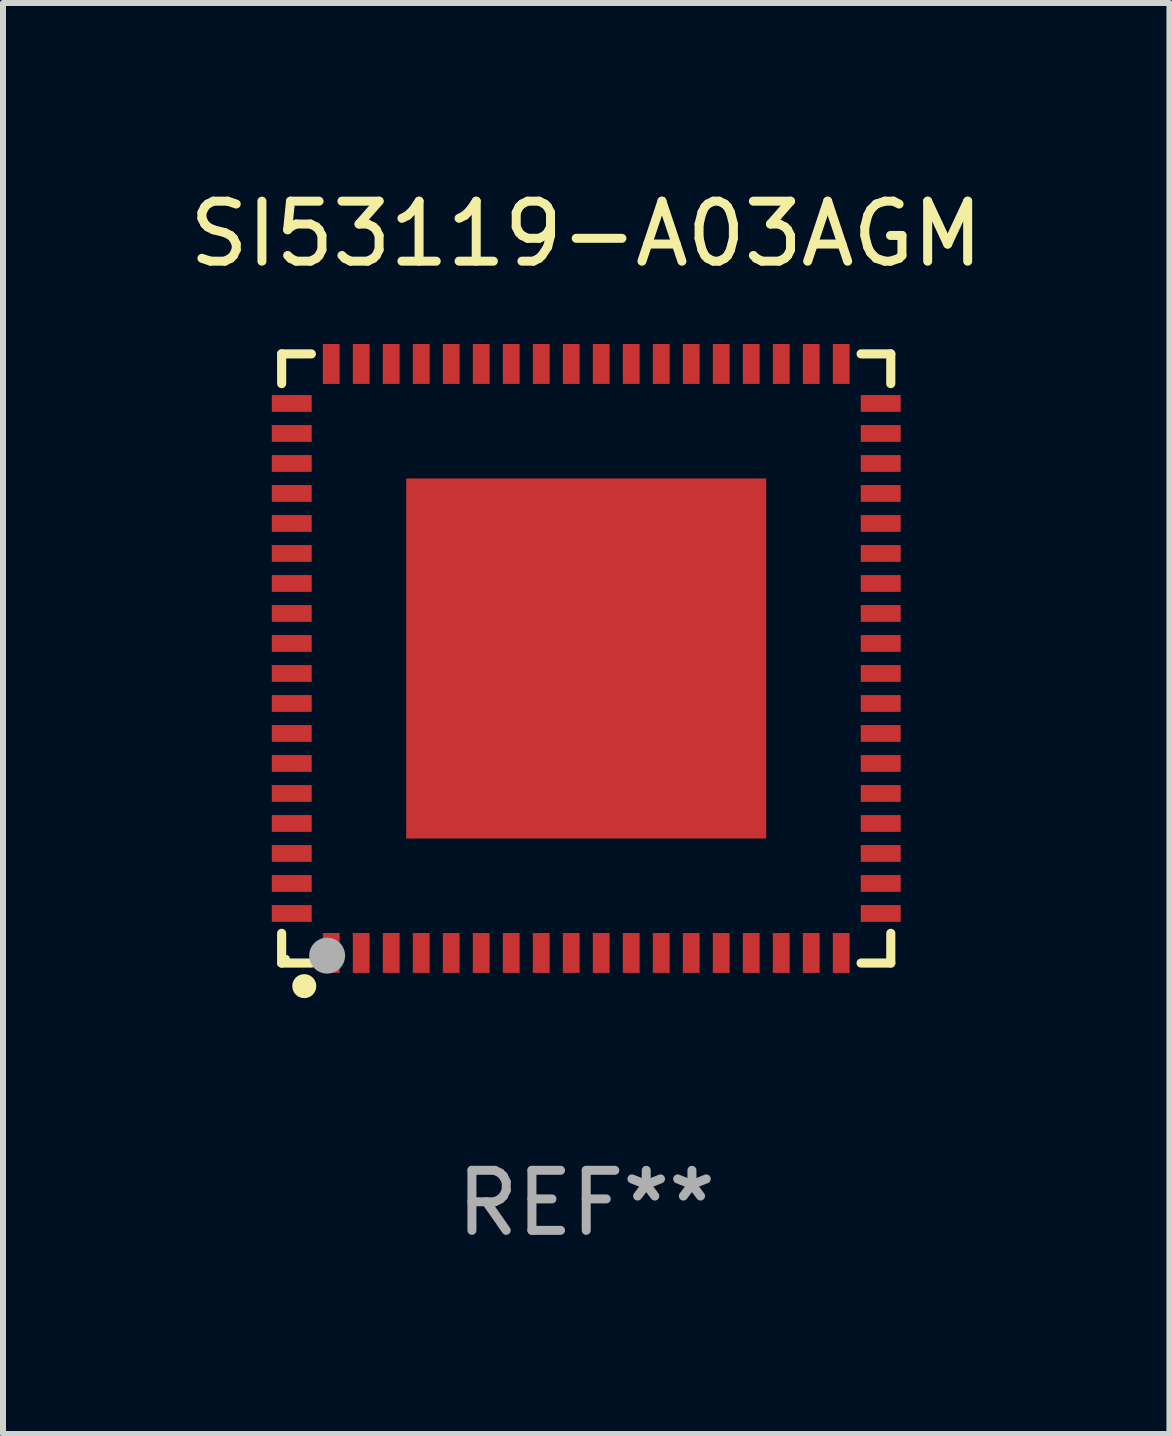
<source format=kicad_pcb>
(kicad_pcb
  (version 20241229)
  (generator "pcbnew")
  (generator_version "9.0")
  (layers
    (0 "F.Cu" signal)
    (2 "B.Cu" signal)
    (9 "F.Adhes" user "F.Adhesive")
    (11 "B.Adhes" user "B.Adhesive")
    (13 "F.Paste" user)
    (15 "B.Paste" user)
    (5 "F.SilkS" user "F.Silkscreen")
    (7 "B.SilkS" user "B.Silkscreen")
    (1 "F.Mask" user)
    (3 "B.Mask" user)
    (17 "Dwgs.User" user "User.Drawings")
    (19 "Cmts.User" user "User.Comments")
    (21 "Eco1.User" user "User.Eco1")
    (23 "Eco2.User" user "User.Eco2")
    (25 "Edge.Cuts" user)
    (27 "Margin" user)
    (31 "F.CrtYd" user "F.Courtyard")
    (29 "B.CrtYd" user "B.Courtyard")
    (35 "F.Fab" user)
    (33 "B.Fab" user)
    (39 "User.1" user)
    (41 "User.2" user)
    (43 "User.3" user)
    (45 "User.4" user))
  (footprint "SI53119-A03AGM"
    (layer "F.Cu")
    (at 6.72 7.924)
    (property "Reference" "SI53119-A03AGM" (at 0 -7.076 0) (layer "F.SilkS") (effects (font (size 1 1) (thickness 0.15))))
    (attr through_hole)
    (fp_line (start -5.076 -5.076) (end -4.581 -5.076) (stroke (width 0.152) (type solid)) (layer "F.SilkS"))
    (fp_line (start -5.076 -4.581) (end -5.076 -5.076) (stroke (width 0.152) (type solid)) (layer "F.SilkS"))
    (fp_line (start -5.076 4.581) (end -5.076 5.076) (stroke (width 0.152) (type solid)) (layer "F.SilkS"))
    (fp_line (start -5.076 5.076) (end -4.581 5.076) (stroke (width 0.152) (type solid)) (layer "F.SilkS"))
    (fp_line (start 5.076 -5.076) (end 4.581 -5.076) (stroke (width 0.152) (type solid)) (layer "F.SilkS"))
    (fp_line (start 5.076 -4.581) (end 5.076 -5.076) (stroke (width 0.152) (type solid)) (layer "F.SilkS"))
    (fp_line (start 5.076 4.581) (end 5.076 5.076) (stroke (width 0.152) (type solid)) (layer "F.SilkS"))
    (fp_line (start 5.076 5.076) (end 4.581 5.076) (stroke (width 0.152) (type solid)) (layer "F.SilkS"))
    (fp_circle (center -5 5) (end -4.97 5) (stroke (width 0.06) (type solid)) (fill no) (layer "F.SilkS"))
    (fp_circle (center -4.699 5.461) (end -4.599 5.461) (stroke (width 0.2) (type solid)) (fill no) (layer "F.SilkS"))
    (fp_circle (center -4.318 4.953) (end -4.168 4.953) (stroke (width 0.3) (type solid)) (fill no) (layer "F.Fab"))
    (fp_text user "REF**" (at 0 9.076 0) (layer "F.Fab") (effects (font (size 1 1) (thickness 0.15))))
    (pad "1" smd rect (at -4.25 4.908) (size 0.28 0.665) (layers "F.Cu" "F.Mask" "F.Paste"))
    (pad "2" smd rect (at -3.75 4.908) (size 0.28 0.665) (layers "F.Cu" "F.Mask" "F.Paste"))
    (pad "3" smd rect (at -3.25 4.908) (size 0.28 0.665) (layers "F.Cu" "F.Mask" "F.Paste"))
    (pad "4" smd rect (at -2.75 4.908) (size 0.28 0.665) (layers "F.Cu" "F.Mask" "F.Paste"))
    (pad "5" smd rect (at -2.25 4.908) (size 0.28 0.665) (layers "F.Cu" "F.Mask" "F.Paste"))
    (pad "6" smd rect (at -1.75 4.908) (size 0.28 0.665) (layers "F.Cu" "F.Mask" "F.Paste"))
    (pad "7" smd rect (at -1.25 4.908) (size 0.28 0.665) (layers "F.Cu" "F.Mask" "F.Paste"))
    (pad "8" smd rect (at -0.75 4.908) (size 0.28 0.665) (layers "F.Cu" "F.Mask" "F.Paste"))
    (pad "9" smd rect (at -0.25 4.908) (size 0.28 0.665) (layers "F.Cu" "F.Mask" "F.Paste"))
    (pad "10" smd rect (at 0.25 4.908) (size 0.28 0.665) (layers "F.Cu" "F.Mask" "F.Paste"))
    (pad "11" smd rect (at 0.75 4.908) (size 0.28 0.665) (layers "F.Cu" "F.Mask" "F.Paste"))
    (pad "12" smd rect (at 1.25 4.908) (size 0.28 0.665) (layers "F.Cu" "F.Mask" "F.Paste"))
    (pad "13" smd rect (at 1.75 4.908) (size 0.28 0.665) (layers "F.Cu" "F.Mask" "F.Paste"))
    (pad "14" smd rect (at 2.25 4.908) (size 0.28 0.665) (layers "F.Cu" "F.Mask" "F.Paste"))
    (pad "15" smd rect (at 2.75 4.908) (size 0.28 0.665) (layers "F.Cu" "F.Mask" "F.Paste"))
    (pad "16" smd rect (at 3.25 4.908) (size 0.28 0.665) (layers "F.Cu" "F.Mask" "F.Paste"))
    (pad "17" smd rect (at 3.75 4.908) (size 0.28 0.665) (layers "F.Cu" "F.Mask" "F.Paste"))
    (pad "18" smd rect (at 4.25 4.908) (size 0.28 0.665) (layers "F.Cu" "F.Mask" "F.Paste"))
    (pad "19" smd rect (at 4.908 4.25) (size 0.665 0.28) (layers "F.Cu" "F.Mask" "F.Paste"))
    (pad "20" smd rect (at 4.908 3.75) (size 0.665 0.28) (layers "F.Cu" "F.Mask" "F.Paste"))
    (pad "21" smd rect (at 4.908 3.25) (size 0.665 0.28) (layers "F.Cu" "F.Mask" "F.Paste"))
    (pad "22" smd rect (at 4.908 2.75) (size 0.665 0.28) (layers "F.Cu" "F.Mask" "F.Paste"))
    (pad "23" smd rect (at 4.908 2.25) (size 0.665 0.28) (layers "F.Cu" "F.Mask" "F.Paste"))
    (pad "24" smd rect (at 4.908 1.75) (size 0.665 0.28) (layers "F.Cu" "F.Mask" "F.Paste"))
    (pad "25" smd rect (at 4.908 1.25) (size 0.665 0.28) (layers "F.Cu" "F.Mask" "F.Paste"))
    (pad "26" smd rect (at 4.908 0.75) (size 0.665 0.28) (layers "F.Cu" "F.Mask" "F.Paste"))
    (pad "27" smd rect (at 4.908 0.25) (size 0.665 0.28) (layers "F.Cu" "F.Mask" "F.Paste"))
    (pad "28" smd rect (at 4.908 -0.25) (size 0.665 0.28) (layers "F.Cu" "F.Mask" "F.Paste"))
    (pad "29" smd rect (at 4.908 -0.75) (size 0.665 0.28) (layers "F.Cu" "F.Mask" "F.Paste"))
    (pad "30" smd rect (at 4.908 -1.25) (size 0.665 0.28) (layers "F.Cu" "F.Mask" "F.Paste"))
    (pad "31" smd rect (at 4.908 -1.75) (size 0.665 0.28) (layers "F.Cu" "F.Mask" "F.Paste"))
    (pad "32" smd rect (at 4.908 -2.25) (size 0.665 0.28) (layers "F.Cu" "F.Mask" "F.Paste"))
    (pad "33" smd rect (at 4.908 -2.75) (size 0.665 0.28) (layers "F.Cu" "F.Mask" "F.Paste"))
    (pad "34" smd rect (at 4.908 -3.25) (size 0.665 0.28) (layers "F.Cu" "F.Mask" "F.Paste"))
    (pad "35" smd rect (at 4.908 -3.75) (size 0.665 0.28) (layers "F.Cu" "F.Mask" "F.Paste"))
    (pad "36" smd rect (at 4.908 -4.25) (size 0.665 0.28) (layers "F.Cu" "F.Mask" "F.Paste"))
    (pad "37" smd rect (at 4.25 -4.908) (size 0.28 0.665) (layers "F.Cu" "F.Mask" "F.Paste"))
    (pad "38" smd rect (at 3.75 -4.908) (size 0.28 0.665) (layers "F.Cu" "F.Mask" "F.Paste"))
    (pad "39" smd rect (at 3.25 -4.908) (size 0.28 0.665) (layers "F.Cu" "F.Mask" "F.Paste"))
    (pad "40" smd rect (at 2.75 -4.908) (size 0.28 0.665) (layers "F.Cu" "F.Mask" "F.Paste"))
    (pad "41" smd rect (at 2.25 -4.908) (size 0.28 0.665) (layers "F.Cu" "F.Mask" "F.Paste"))
    (pad "42" smd rect (at 1.75 -4.908) (size 0.28 0.665) (layers "F.Cu" "F.Mask" "F.Paste"))
    (pad "43" smd rect (at 1.25 -4.908) (size 0.28 0.665) (layers "F.Cu" "F.Mask" "F.Paste"))
    (pad "44" smd rect (at 0.75 -4.908) (size 0.28 0.665) (layers "F.Cu" "F.Mask" "F.Paste"))
    (pad "45" smd rect (at 0.25 -4.908) (size 0.28 0.665) (layers "F.Cu" "F.Mask" "F.Paste"))
    (pad "46" smd rect (at -0.25 -4.908) (size 0.28 0.665) (layers "F.Cu" "F.Mask" "F.Paste"))
    (pad "47" smd rect (at -0.75 -4.908) (size 0.28 0.665) (layers "F.Cu" "F.Mask" "F.Paste"))
    (pad "48" smd rect (at -1.25 -4.908) (size 0.28 0.665) (layers "F.Cu" "F.Mask" "F.Paste"))
    (pad "49" smd rect (at -1.75 -4.908) (size 0.28 0.665) (layers "F.Cu" "F.Mask" "F.Paste"))
    (pad "50" smd rect (at -2.25 -4.908) (size 0.28 0.665) (layers "F.Cu" "F.Mask" "F.Paste"))
    (pad "51" smd rect (at -2.75 -4.908) (size 0.28 0.665) (layers "F.Cu" "F.Mask" "F.Paste"))
    (pad "52" smd rect (at -3.25 -4.908) (size 0.28 0.665) (layers "F.Cu" "F.Mask" "F.Paste"))
    (pad "53" smd rect (at -3.75 -4.908) (size 0.28 0.665) (layers "F.Cu" "F.Mask" "F.Paste"))
    (pad "54" smd rect (at -4.25 -4.908) (size 0.28 0.665) (layers "F.Cu" "F.Mask" "F.Paste"))
    (pad "55" smd rect (at -4.908 -4.25) (size 0.665 0.28) (layers "F.Cu" "F.Mask" "F.Paste"))
    (pad "56" smd rect (at -4.908 -3.75) (size 0.665 0.28) (layers "F.Cu" "F.Mask" "F.Paste"))
    (pad "57" smd rect (at -4.908 -3.25) (size 0.665 0.28) (layers "F.Cu" "F.Mask" "F.Paste"))
    (pad "58" smd rect (at -4.908 -2.75) (size 0.665 0.28) (layers "F.Cu" "F.Mask" "F.Paste"))
    (pad "59" smd rect (at -4.908 -2.25) (size 0.665 0.28) (layers "F.Cu" "F.Mask" "F.Paste"))
    (pad "60" smd rect (at -4.908 -1.75) (size 0.665 0.28) (layers "F.Cu" "F.Mask" "F.Paste"))
    (pad "61" smd rect (at -4.908 -1.25) (size 0.665 0.28) (layers "F.Cu" "F.Mask" "F.Paste"))
    (pad "62" smd rect (at -4.908 -0.75) (size 0.665 0.28) (layers "F.Cu" "F.Mask" "F.Paste"))
    (pad "63" smd rect (at -4.908 -0.25) (size 0.665 0.28) (layers "F.Cu" "F.Mask" "F.Paste"))
    (pad "64" smd rect (at -4.908 0.25) (size 0.665 0.28) (layers "F.Cu" "F.Mask" "F.Paste"))
    (pad "65" smd rect (at -4.908 0.75) (size 0.665 0.28) (layers "F.Cu" "F.Mask" "F.Paste"))
    (pad "66" smd rect (at -4.908 1.25) (size 0.665 0.28) (layers "F.Cu" "F.Mask" "F.Paste"))
    (pad "67" smd rect (at -4.908 1.75) (size 0.665 0.28) (layers "F.Cu" "F.Mask" "F.Paste"))
    (pad "68" smd rect (at -4.908 2.25) (size 0.665 0.28) (layers "F.Cu" "F.Mask" "F.Paste"))
    (pad "69" smd rect (at -4.908 2.75) (size 0.665 0.28) (layers "F.Cu" "F.Mask" "F.Paste"))
    (pad "70" smd rect (at -4.908 3.25) (size 0.665 0.28) (layers "F.Cu" "F.Mask" "F.Paste"))
    (pad "71" smd rect (at -4.908 3.75) (size 0.665 0.28) (layers "F.Cu" "F.Mask" "F.Paste"))
    (pad "72" smd rect (at -4.908 4.25) (size 0.665 0.28) (layers "F.Cu" "F.Mask" "F.Paste"))
    (pad "73" smd rect (at 0 0) (size 6 6) (layers "F.Cu" "F.Mask" "F.Paste")))
  (gr_rect
    (start -3 -3)
    (end 16.44 20.849)
    (stroke (width 0.1) (type default))
    (fill no)
    (layer "Edge.Cuts")))
</source>
